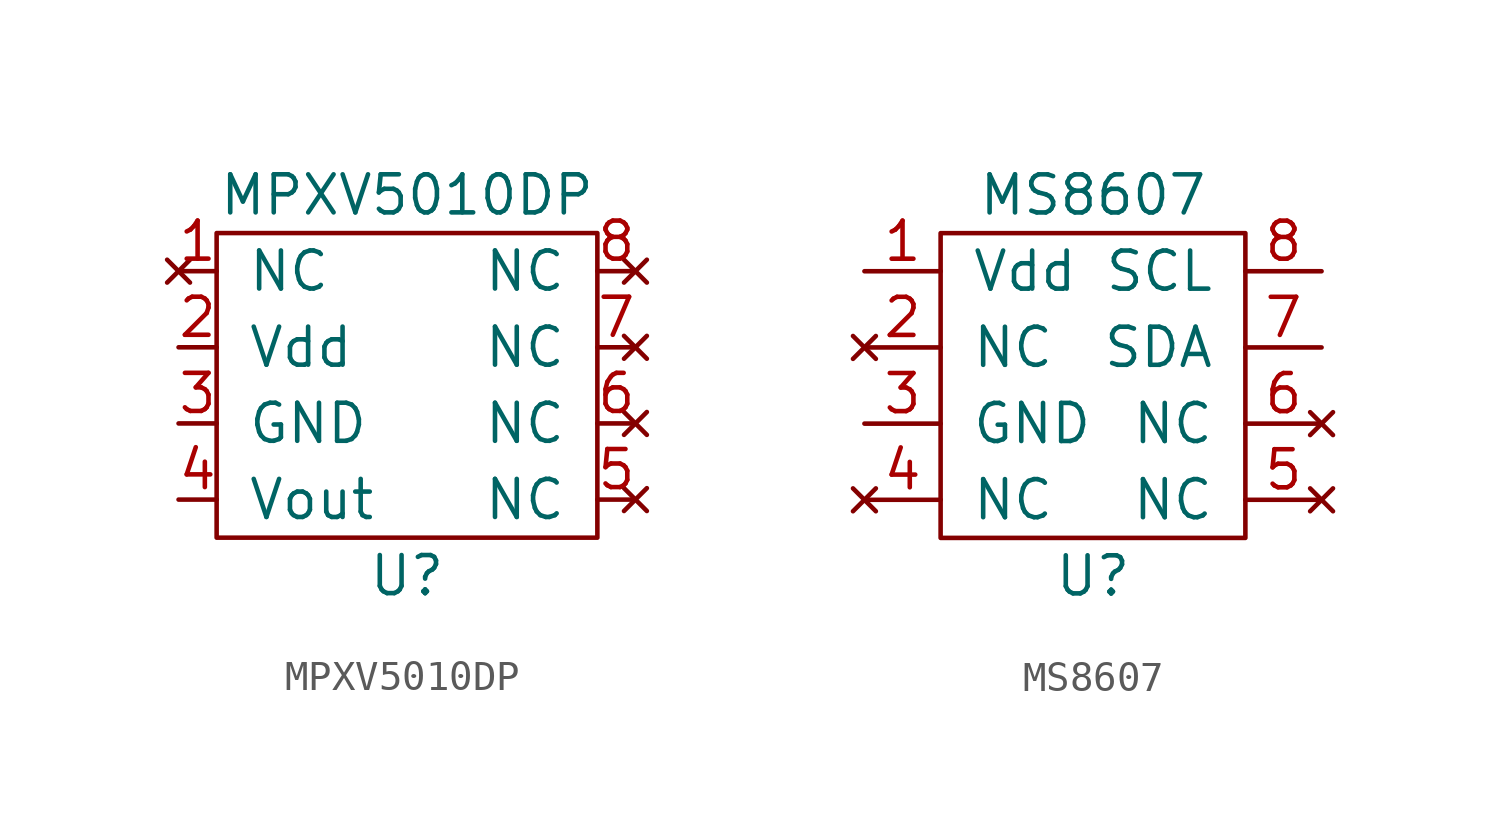
<source format=kicad_sym>
(kicad_symbol_lib
  (version 20211014)
  (generator kicad_symbol_editor)
  (symbol "MPXV5010DP"
    (pin_names
      (offset 1.016))
    (property "Reference" "U"
      (at 0 -7.62 0)
      (effects (font (size 1.27 1.27))))
    (property "Value" "MPXV5010DP"
      (at 0 5.08 0)
      (effects (font (size 1.27 1.27))))
    (symbol "MPXV5010DP_0_1"
      (rectangle (start -6.35 3.81) (end 6.35 -6.35) (stroke (width 0) (type default) (color 0 0 0 0)) (fill (type none))))
    (symbol "MPXV5010DP_1_1"
      (pin no_connect line (at -7.62 2.54 0) (length 1.27) (name "NC" (effects (font (size 1.27 1.27)))) (number "1" (effects (font (size 1.27 1.27)))))
      (pin input line (at -7.62 0 0) (length 1.27) (name "Vdd" (effects (font (size 1.27 1.27)))) (number "2" (effects (font (size 1.27 1.27)))))
      (pin input line (at -7.62 -2.54 0) (length 1.27) (name "GND" (effects (font (size 1.27 1.27)))) (number "3" (effects (font (size 1.27 1.27)))))
      (pin input line (at -7.62 -5.08 0) (length 1.27) (name "Vout" (effects (font (size 1.27 1.27)))) (number "4" (effects (font (size 1.27 1.27)))))
      (pin no_connect line (at 7.62 -5.08 180) (length 1.27) (name "NC" (effects (font (size 1.27 1.27)))) (number "5" (effects (font (size 1.27 1.27)))))
      (pin no_connect line (at 7.62 -2.54 180) (length 1.27) (name "NC" (effects (font (size 1.27 1.27)))) (number "6" (effects (font (size 1.27 1.27)))))
      (pin no_connect line (at 7.62 0 180) (length 1.27) (name "NC" (effects (font (size 1.27 1.27)))) (number "7" (effects (font (size 1.27 1.27)))))
      (pin no_connect line (at 7.62 2.54 180) (length 1.27) (name "NC" (effects (font (size 1.27 1.27)))) (number "8" (effects (font (size 1.27 1.27)))))))
  (symbol "MS8607"
    (pin_names
      (offset 1.016))
    (property "Reference" "U"
      (at 0 -6.35 0)
      (effects (font (size 1.27 1.27))))
    (property "Value" "MS8607"
      (at 0 6.35 0)
      (effects (font (size 1.27 1.27))))
    (symbol "MS8607_0_1"
      (rectangle (start -5.08 5.08) (end 5.08 -5.08) (stroke (width 0) (type default) (color 0 0 0 0)) (fill (type none))))
    (symbol "MS8607_1_1"
      (pin input line (at -7.62 3.81 0) (length 2.54) (name "Vdd" (effects (font (size 1.27 1.27)))) (number "1" (effects (font (size 1.27 1.27)))))
      (pin no_connect line (at -7.62 1.27 0) (length 2.54) (name "NC" (effects (font (size 1.27 1.27)))) (number "2" (effects (font (size 1.27 1.27)))))
      (pin input line (at -7.62 -1.27 0) (length 2.54) (name "GND" (effects (font (size 1.27 1.27)))) (number "3" (effects (font (size 1.27 1.27)))))
      (pin no_connect line (at -7.62 -3.81 0) (length 2.54) (name "NC" (effects (font (size 1.27 1.27)))) (number "4" (effects (font (size 1.27 1.27)))))
      (pin no_connect line (at 7.62 -3.81 180) (length 2.54) (name "NC" (effects (font (size 1.27 1.27)))) (number "5" (effects (font (size 1.27 1.27)))))
      (pin no_connect line (at 7.62 -1.27 180) (length 2.54) (name "NC" (effects (font (size 1.27 1.27)))) (number "6" (effects (font (size 1.27 1.27)))))
      (pin input line (at 7.62 1.27 180) (length 2.54) (name "SDA" (effects (font (size 1.27 1.27)))) (number "7" (effects (font (size 1.27 1.27)))))
      (pin input line (at 7.62 3.81 180) (length 2.54) (name "SCL" (effects (font (size 1.27 1.27)))) (number "8" (effects (font (size 1.27 1.27))))))))
</source>
